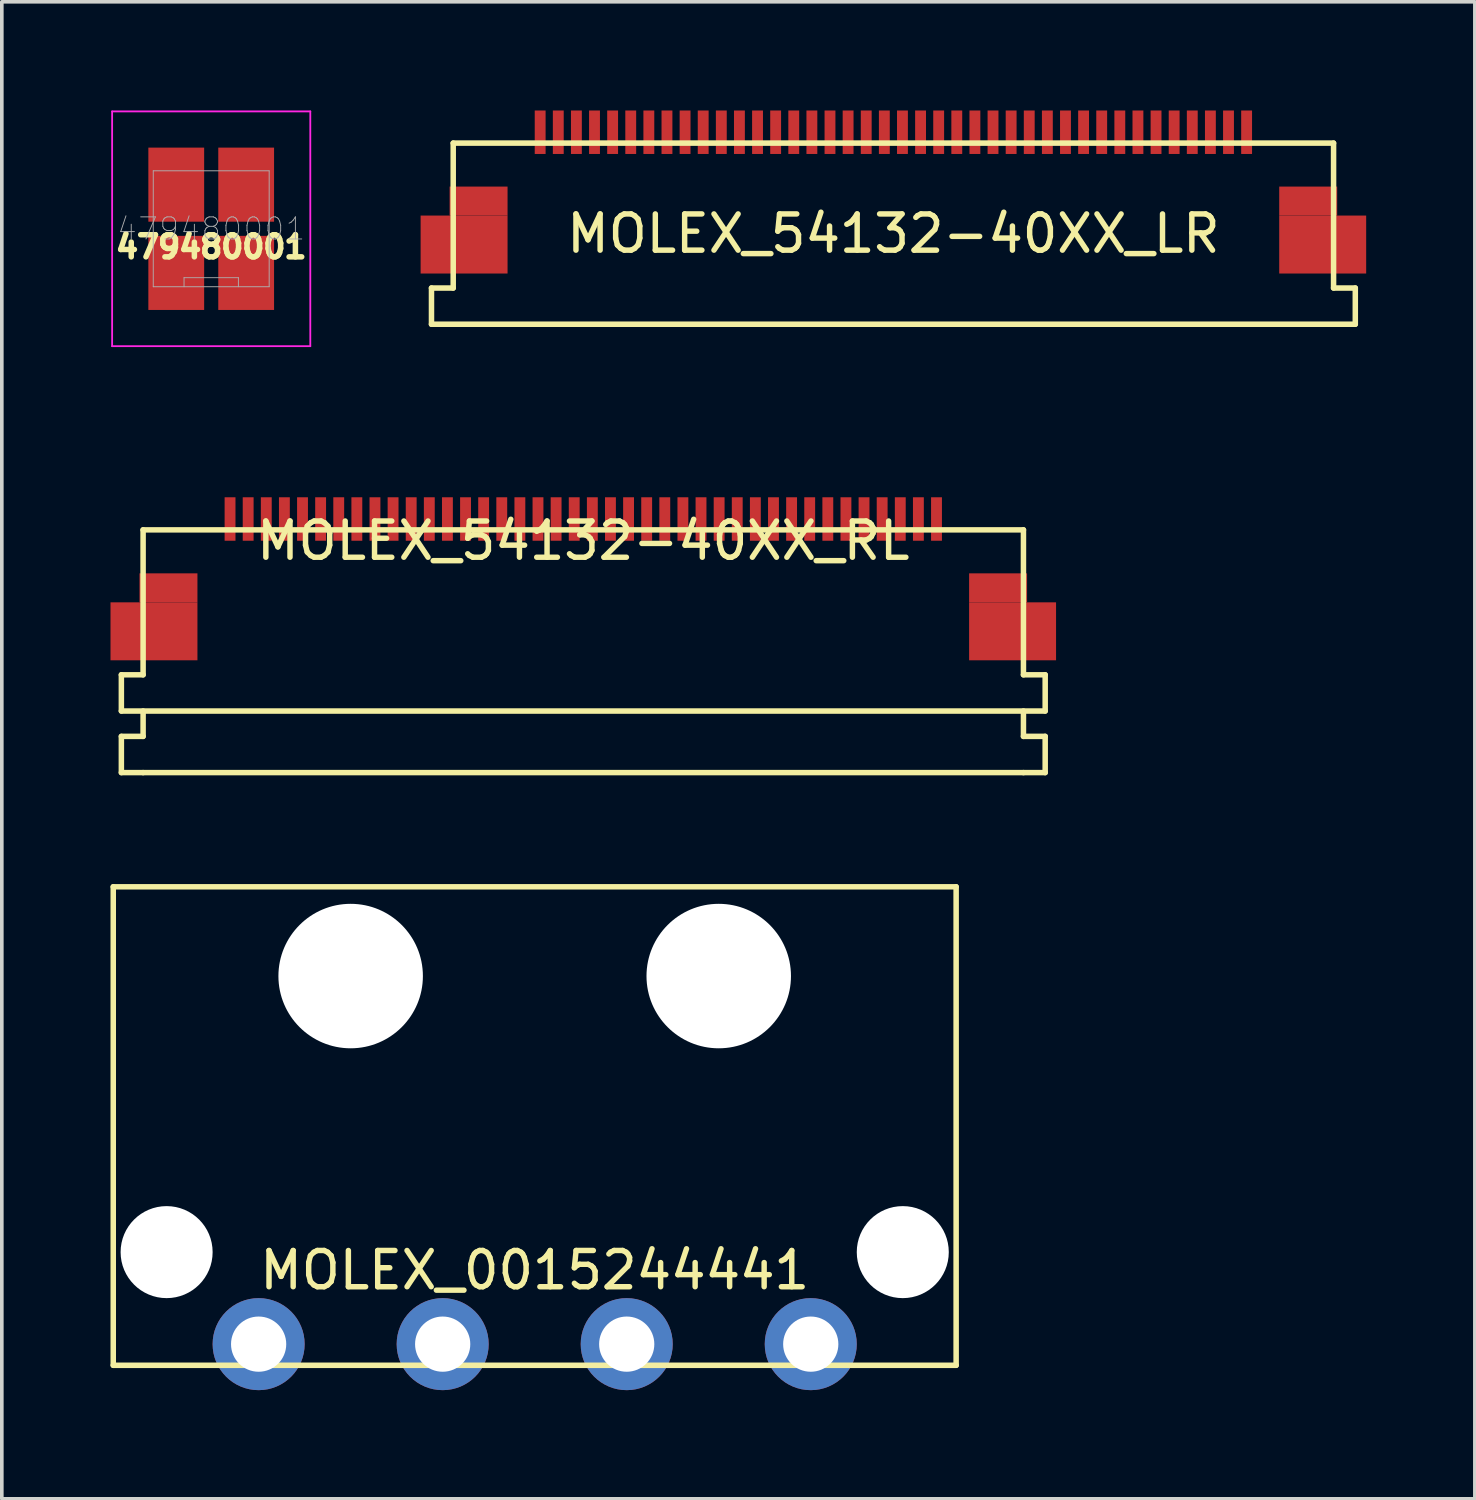
<source format=kicad_pcb>
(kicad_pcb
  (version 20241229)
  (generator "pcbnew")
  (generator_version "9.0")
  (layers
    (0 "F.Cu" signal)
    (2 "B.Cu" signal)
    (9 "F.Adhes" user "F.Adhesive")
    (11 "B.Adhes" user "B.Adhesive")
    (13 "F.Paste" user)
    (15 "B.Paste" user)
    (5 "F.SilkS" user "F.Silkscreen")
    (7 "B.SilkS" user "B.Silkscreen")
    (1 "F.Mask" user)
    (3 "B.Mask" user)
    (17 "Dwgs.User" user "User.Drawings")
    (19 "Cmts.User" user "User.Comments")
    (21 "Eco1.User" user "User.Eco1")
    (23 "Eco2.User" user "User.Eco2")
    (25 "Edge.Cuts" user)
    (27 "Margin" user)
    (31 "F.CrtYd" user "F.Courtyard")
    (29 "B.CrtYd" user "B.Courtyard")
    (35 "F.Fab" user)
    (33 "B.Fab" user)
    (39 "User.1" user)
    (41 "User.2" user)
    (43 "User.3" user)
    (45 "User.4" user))
  (footprint "MOLEX_0015244441"
    (layer "F.Cu")
    (at 11.709 31.512)
    (property "Reference" "MOLEX_0015244441" (at 0 0.5 0) (layer "F.SilkS") (effects (font (size 1 1) (thickness 0.15))))
    (attr through_hole)
    (fp_line (start -11.633 -10.084) (end -11.633 3.124) (stroke (width 0.152) (type solid)) (layer "F.SilkS"))
    (fp_line (start -11.633 -10.084) (end 11.633 -10.084) (stroke (width 0.152) (type solid)) (layer "F.SilkS"))
    (fp_line (start -11.633 3.124) (end 11.633 3.124) (stroke (width 0.152) (type solid)) (layer "F.SilkS"))
    (fp_line (start 11.633 -10.084) (end 11.633 3.124) (stroke (width 0.152) (type solid)) (layer "F.SilkS"))
    (pad "" np_thru_hole circle (at -10.16 0) (size 2.54 2.54) (drill 2.54) (layers "*.Cu" "*.Mask"))
    (pad "" np_thru_hole circle (at -5.08 -7.62) (size 3.988 3.988) (drill 3.988) (layers "*.Cu" "*.Mask"))
    (pad "" np_thru_hole circle (at 5.08 -7.62) (size 3.988 3.988) (drill 3.988) (layers "*.Cu" "*.Mask"))
    (pad "" np_thru_hole circle (at 10.16 0) (size 2.54 2.54) (drill 2.54) (layers "*.Cu" "*.Mask"))
    (pad "1" thru_hole circle (at 7.62 2.54) (size 2.54 2.54) (drill 1.524) (layers "*.Cu" "*.Mask"))
    (pad "2" thru_hole circle (at 2.54 2.54) (size 2.54 2.54) (drill 1.524) (layers "*.Cu" "*.Mask"))
    (pad "3" thru_hole circle (at -2.54 2.54) (size 2.54 2.54) (drill 1.524) (layers "*.Cu" "*.Mask"))
    (pad "4" thru_hole circle (at -7.62 2.54) (size 2.54 2.54) (drill 1.524) (layers "*.Cu" "*.Mask")))
  (footprint "MOLEX_54132-40XX_RL"
    (layer "F.Cu")
    (at 13.05 11.876)
    (property "Reference" "MOLEX_54132-40XX_RL" (at 0 0 0) (layer "F.SilkS") (effects (font (size 1 1) (thickness 0.15))))
    (attr through_hole)
    (fp_line (start -12.75 3.7) (end -12.15 3.7) (stroke (width 0.152) (type solid)) (layer "F.SilkS"))
    (fp_line (start -12.75 4.7) (end -12.75 3.7) (stroke (width 0.152) (type solid)) (layer "F.SilkS"))
    (fp_line (start -12.75 4.7) (end 12.75 4.7) (stroke (width 0.152) (type solid)) (layer "F.SilkS"))
    (fp_line (start -12.75 5.4) (end -12.15 5.4) (stroke (width 0.152) (type solid)) (layer "F.SilkS"))
    (fp_line (start -12.75 6.4) (end -12.75 5.4) (stroke (width 0.152) (type solid)) (layer "F.SilkS"))
    (fp_line (start -12.15 -0.3) (end 12.15 -0.3) (stroke (width 0.152) (type solid)) (layer "F.SilkS"))
    (fp_line (start -12.15 3.7) (end -12.15 -0.3) (stroke (width 0.152) (type solid)) (layer "F.SilkS"))
    (fp_line (start -12.15 5.4) (end -12.15 4.7) (stroke (width 0.152) (type solid)) (layer "F.SilkS"))
    (fp_line (start -12.15 6.4) (end -12.75 6.4) (stroke (width 0.152) (type solid)) (layer "F.SilkS"))
    (fp_line (start 12.15 3.7) (end 12.15 -0.3) (stroke (width 0.152) (type solid)) (layer "F.SilkS"))
    (fp_line (start 12.15 5.4) (end 12.15 4.7) (stroke (width 0.152) (type solid)) (layer "F.SilkS"))
    (fp_line (start 12.15 6.4) (end -12.15 6.4) (stroke (width 0.152) (type solid)) (layer "F.SilkS"))
    (fp_line (start 12.15 6.4) (end 12.75 6.4) (stroke (width 0.152) (type solid)) (layer "F.SilkS"))
    (fp_line (start 12.75 3.7) (end 12.15 3.7) (stroke (width 0.152) (type solid)) (layer "F.SilkS"))
    (fp_line (start 12.75 4.7) (end 12.75 3.7) (stroke (width 0.152) (type solid)) (layer "F.SilkS"))
    (fp_line (start 12.75 5.4) (end 12.15 5.4) (stroke (width 0.152) (type solid)) (layer "F.SilkS"))
    (fp_line (start 12.75 6.4) (end 12.75 5.4) (stroke (width 0.152) (type solid)) (layer "F.SilkS"))
    (pad "1" smd rect (at 9.75 -0.6) (size 0.3 1.2) (layers "F.Cu" "F.Mask" "F.Paste"))
    (pad "2" smd rect (at 9.25 -0.6) (size 0.3 1.2) (layers "F.Cu" "F.Mask" "F.Paste"))
    (pad "3" smd rect (at 8.75 -0.6) (size 0.3 1.2) (layers "F.Cu" "F.Mask" "F.Paste"))
    (pad "4" smd rect (at 8.25 -0.6) (size 0.3 1.2) (layers "F.Cu" "F.Mask" "F.Paste"))
    (pad "5" smd rect (at 7.75 -0.6) (size 0.3 1.2) (layers "F.Cu" "F.Mask" "F.Paste"))
    (pad "6" smd rect (at 7.25 -0.6) (size 0.3 1.2) (layers "F.Cu" "F.Mask" "F.Paste"))
    (pad "7" smd rect (at 6.75 -0.6) (size 0.3 1.2) (layers "F.Cu" "F.Mask" "F.Paste"))
    (pad "8" smd rect (at 6.25 -0.6) (size 0.3 1.2) (layers "F.Cu" "F.Mask" "F.Paste"))
    (pad "9" smd rect (at 5.75 -0.6) (size 0.3 1.2) (layers "F.Cu" "F.Mask" "F.Paste"))
    (pad "10" smd rect (at 5.25 -0.6) (size 0.3 1.2) (layers "F.Cu" "F.Mask" "F.Paste"))
    (pad "11" smd rect (at 4.75 -0.6) (size 0.3 1.2) (layers "F.Cu" "F.Mask" "F.Paste"))
    (pad "12" smd rect (at 4.25 -0.6) (size 0.3 1.2) (layers "F.Cu" "F.Mask" "F.Paste"))
    (pad "13" smd rect (at 3.75 -0.6) (size 0.3 1.2) (layers "F.Cu" "F.Mask" "F.Paste"))
    (pad "14" smd rect (at 3.25 -0.6) (size 0.3 1.2) (layers "F.Cu" "F.Mask" "F.Paste"))
    (pad "15" smd rect (at 2.75 -0.6) (size 0.3 1.2) (layers "F.Cu" "F.Mask" "F.Paste"))
    (pad "16" smd rect (at 2.25 -0.6) (size 0.3 1.2) (layers "F.Cu" "F.Mask" "F.Paste"))
    (pad "17" smd rect (at 1.75 -0.6) (size 0.3 1.2) (layers "F.Cu" "F.Mask" "F.Paste"))
    (pad "18" smd rect (at 1.25 -0.6) (size 0.3 1.2) (layers "F.Cu" "F.Mask" "F.Paste"))
    (pad "19" smd rect (at 0.75 -0.6) (size 0.3 1.2) (layers "F.Cu" "F.Mask" "F.Paste"))
    (pad "20" smd rect (at 0.25 -0.6) (size 0.3 1.2) (layers "F.Cu" "F.Mask" "F.Paste"))
    (pad "21" smd rect (at -0.25 -0.6) (size 0.3 1.2) (layers "F.Cu" "F.Mask" "F.Paste"))
    (pad "22" smd rect (at -0.75 -0.6) (size 0.3 1.2) (layers "F.Cu" "F.Mask" "F.Paste"))
    (pad "23" smd rect (at -1.25 -0.6) (size 0.3 1.2) (layers "F.Cu" "F.Mask" "F.Paste"))
    (pad "24" smd rect (at -1.75 -0.6) (size 0.3 1.2) (layers "F.Cu" "F.Mask" "F.Paste"))
    (pad "25" smd rect (at -2.25 -0.6) (size 0.3 1.2) (layers "F.Cu" "F.Mask" "F.Paste"))
    (pad "26" smd rect (at -2.75 -0.6) (size 0.3 1.2) (layers "F.Cu" "F.Mask" "F.Paste"))
    (pad "27" smd rect (at -3.25 -0.6) (size 0.3 1.2) (layers "F.Cu" "F.Mask" "F.Paste"))
    (pad "28" smd rect (at -3.75 -0.6) (size 0.3 1.2) (layers "F.Cu" "F.Mask" "F.Paste"))
    (pad "29" smd rect (at -4.25 -0.6) (size 0.3 1.2) (layers "F.Cu" "F.Mask" "F.Paste"))
    (pad "30" smd rect (at -4.75 -0.6) (size 0.3 1.2) (layers "F.Cu" "F.Mask" "F.Paste"))
    (pad "31" smd rect (at -5.25 -0.6) (size 0.3 1.2) (layers "F.Cu" "F.Mask" "F.Paste"))
    (pad "32" smd rect (at -5.75 -0.6) (size 0.3 1.2) (layers "F.Cu" "F.Mask" "F.Paste"))
    (pad "33" smd rect (at -6.25 -0.6) (size 0.3 1.2) (layers "F.Cu" "F.Mask" "F.Paste"))
    (pad "34" smd rect (at -6.75 -0.6) (size 0.3 1.2) (layers "F.Cu" "F.Mask" "F.Paste"))
    (pad "35" smd rect (at -7.25 -0.6) (size 0.3 1.2) (layers "F.Cu" "F.Mask" "F.Paste"))
    (pad "36" smd rect (at -7.75 -0.6) (size 0.3 1.2) (layers "F.Cu" "F.Mask" "F.Paste"))
    (pad "37" smd rect (at -8.25 -0.6) (size 0.3 1.2) (layers "F.Cu" "F.Mask" "F.Paste"))
    (pad "38" smd rect (at -8.75 -0.6) (size 0.3 1.2) (layers "F.Cu" "F.Mask" "F.Paste"))
    (pad "39" smd rect (at -9.25 -0.6) (size 0.3 1.2) (layers "F.Cu" "F.Mask" "F.Paste"))
    (pad "40" smd rect (at -9.75 -0.6) (size 0.3 1.2) (layers "F.Cu" "F.Mask" "F.Paste"))
    (pad "SHLD" smd rect (at -11.85 2.5) (size 2.4 1.6) (layers "F.Cu" "F.Mask" "F.Paste"))
    (pad "SHLD" smd rect (at -11.45 1.3) (size 1.6 0.8) (layers "F.Cu" "F.Mask" "F.Paste"))
    (pad "SHLD" smd rect (at 11.45 1.3) (size 1.6 0.8) (layers "F.Cu" "F.Mask" "F.Paste"))
    (pad "SHLD" smd rect (at 11.85 2.5) (size 2.4 1.6) (layers "F.Cu" "F.Mask" "F.Paste")))
  (footprint "479480001"
    (layer "F.Cu")
    (at 2.78 3.265)
    (property "Reference" "479480001" (at 0 0.5 0) (layer "F.SilkS") (effects (font (size 0.61 0.61) (thickness 0.152))))
    (attr through_hole)
    (fp_line (start -2.735 -3.24) (end 2.735 -3.24) (stroke (width 0.05) (type solid)) (layer "F.CrtYd"))
    (fp_line (start -2.735 3.24) (end -2.735 -3.24) (stroke (width 0.05) (type solid)) (layer "F.CrtYd"))
    (fp_line (start 2.735 -3.24) (end 2.735 3.24) (stroke (width 0.05) (type solid)) (layer "F.CrtYd"))
    (fp_line (start 2.735 3.24) (end -2.735 3.24) (stroke (width 0.05) (type solid)) (layer "F.CrtYd"))
    (fp_line (start -1.6 -1.6) (end 1.6 -1.6) (stroke (width 0.025) (type solid)) (layer "F.Fab"))
    (fp_line (start -1.6 1.6) (end -1.6 -1.6) (stroke (width 0.025) (type solid)) (layer "F.Fab"))
    (fp_line (start -0.75 1.35) (end 0.75 1.35) (stroke (width 0.025) (type solid)) (layer "F.Fab"))
    (fp_line (start -0.75 1.6) (end -0.75 1.35) (stroke (width 0.025) (type solid)) (layer "F.Fab"))
    (fp_line (start 0.75 1.35) (end 0.75 1.6) (stroke (width 0.025) (type solid)) (layer "F.Fab"))
    (fp_line (start 1.6 -1.6) (end 1.6 1.6) (stroke (width 0.025) (type solid)) (layer "F.Fab"))
    (fp_line (start 1.6 1.6) (end -1.6 1.6) (stroke (width 0.025) (type solid)) (layer "F.Fab"))
    (fp_text user "${REFERENCE}" (at 0 0 0) (layer "F.Fab") (effects (font (size 0.61 0.61) (thickness 0.025))))
    (pad "" smd rect (at -0.965 -1.218) (size 1.54 2.045) (layers "F.Cu" "F.Mask" "F.Paste"))
    (pad "" smd rect (at -0.965 1.218) (size 1.54 2.045) (layers "F.Cu" "F.Mask" "F.Paste"))
    (pad "" smd rect (at 0.965 1.218) (size 1.54 2.045) (layers "F.Cu" "F.Mask" "F.Paste"))
    (pad "1" smd rect (at 0.965 -1.218) (size 1.54 2.045) (layers "F.Cu" "F.Mask" "F.Paste")))
  (footprint "MOLEX_54132-40XX_LR"
    (layer "F.Cu")
    (at 21.61 3.4)
    (property "Reference" "MOLEX_54132-40XX_LR" (at 0 0 0) (layer "F.SilkS") (effects (font (size 1 1) (thickness 0.15))))
    (attr through_hole)
    (fp_line (start -12.75 1.5) (end -12.15 1.5) (stroke (width 0.152) (type solid)) (layer "F.SilkS"))
    (fp_line (start -12.75 2.5) (end -12.75 1.5) (stroke (width 0.152) (type solid)) (layer "F.SilkS"))
    (fp_line (start -12.75 2.5) (end 12.75 2.5) (stroke (width 0.152) (type solid)) (layer "F.SilkS"))
    (fp_line (start -12.15 -2.5) (end 12.15 -2.5) (stroke (width 0.152) (type solid)) (layer "F.SilkS"))
    (fp_line (start -12.15 1.5) (end -12.15 -2.5) (stroke (width 0.152) (type solid)) (layer "F.SilkS"))
    (fp_line (start 12.15 1.5) (end 12.15 -2.5) (stroke (width 0.152) (type solid)) (layer "F.SilkS"))
    (fp_line (start 12.75 1.5) (end 12.15 1.5) (stroke (width 0.152) (type solid)) (layer "F.SilkS"))
    (fp_line (start 12.75 2.5) (end 12.75 1.5) (stroke (width 0.152) (type solid)) (layer "F.SilkS"))
    (fp_line (start -12.75 3.2) (end -12.15 3.2) (stroke (width 0.152) (type solid)) (layer "Eco1.User"))
    (fp_line (start -12.75 4.2) (end -12.75 3.2) (stroke (width 0.152) (type solid)) (layer "Eco1.User"))
    (fp_line (start -12.15 3.2) (end -12.15 2.5) (stroke (width 0.152) (type solid)) (layer "Eco1.User"))
    (fp_line (start -12.15 4.2) (end -12.75 4.2) (stroke (width 0.152) (type solid)) (layer "Eco1.User"))
    (fp_line (start -10.25 -1.1) (end -10.25 2.5) (stroke (width 0.152) (type solid)) (layer "Eco1.User"))
    (fp_line (start -10.25 -1.1) (end 10.25 -1.1) (stroke (width 0.152) (type solid)) (layer "Eco1.User"))
    (fp_line (start 10.25 2.5) (end 10.25 -1.1) (stroke (width 0.152) (type solid)) (layer "Eco1.User"))
    (fp_line (start 12.15 3.2) (end 12.15 2.5) (stroke (width 0.152) (type solid)) (layer "Eco1.User"))
    (fp_line (start 12.15 4.2) (end -12.15 4.2) (stroke (width 0.152) (type solid)) (layer "Eco1.User"))
    (fp_line (start 12.15 4.2) (end 12.75 4.2) (stroke (width 0.152) (type solid)) (layer "Eco1.User"))
    (fp_line (start 12.75 3.2) (end 12.15 3.2) (stroke (width 0.152) (type solid)) (layer "Eco1.User"))
    (fp_line (start 12.75 4.2) (end 12.75 3.2) (stroke (width 0.152) (type solid)) (layer "Eco1.User"))
    (pad "1" smd rect (at -9.75 -2.8) (size 0.3 1.2) (layers "F.Cu" "F.Mask" "F.Paste"))
    (pad "2" smd rect (at -9.25 -2.8) (size 0.3 1.2) (layers "F.Cu" "F.Mask" "F.Paste"))
    (pad "3" smd rect (at -8.75 -2.8) (size 0.3 1.2) (layers "F.Cu" "F.Mask" "F.Paste"))
    (pad "4" smd rect (at -8.25 -2.8) (size 0.3 1.2) (layers "F.Cu" "F.Mask" "F.Paste"))
    (pad "5" smd rect (at -7.75 -2.8) (size 0.3 1.2) (layers "F.Cu" "F.Mask" "F.Paste"))
    (pad "6" smd rect (at -7.25 -2.8) (size 0.3 1.2) (layers "F.Cu" "F.Mask" "F.Paste"))
    (pad "7" smd rect (at -6.75 -2.8) (size 0.3 1.2) (layers "F.Cu" "F.Mask" "F.Paste"))
    (pad "8" smd rect (at -6.25 -2.8) (size 0.3 1.2) (layers "F.Cu" "F.Mask" "F.Paste"))
    (pad "9" smd rect (at -5.75 -2.8) (size 0.3 1.2) (layers "F.Cu" "F.Mask" "F.Paste"))
    (pad "10" smd rect (at -5.25 -2.8) (size 0.3 1.2) (layers "F.Cu" "F.Mask" "F.Paste"))
    (pad "11" smd rect (at -4.75 -2.8) (size 0.3 1.2) (layers "F.Cu" "F.Mask" "F.Paste"))
    (pad "12" smd rect (at -4.25 -2.8) (size 0.3 1.2) (layers "F.Cu" "F.Mask" "F.Paste"))
    (pad "13" smd rect (at -3.75 -2.8) (size 0.3 1.2) (layers "F.Cu" "F.Mask" "F.Paste"))
    (pad "14" smd rect (at -3.25 -2.8) (size 0.3 1.2) (layers "F.Cu" "F.Mask" "F.Paste"))
    (pad "15" smd rect (at -2.75 -2.8) (size 0.3 1.2) (layers "F.Cu" "F.Mask" "F.Paste"))
    (pad "16" smd rect (at -2.25 -2.8) (size 0.3 1.2) (layers "F.Cu" "F.Mask" "F.Paste"))
    (pad "17" smd rect (at -1.75 -2.8) (size 0.3 1.2) (layers "F.Cu" "F.Mask" "F.Paste"))
    (pad "18" smd rect (at -1.25 -2.8) (size 0.3 1.2) (layers "F.Cu" "F.Mask" "F.Paste"))
    (pad "19" smd rect (at -0.75 -2.8) (size 0.3 1.2) (layers "F.Cu" "F.Mask" "F.Paste"))
    (pad "20" smd rect (at -0.25 -2.8) (size 0.3 1.2) (layers "F.Cu" "F.Mask" "F.Paste"))
    (pad "21" smd rect (at 0.25 -2.8) (size 0.3 1.2) (layers "F.Cu" "F.Mask" "F.Paste"))
    (pad "22" smd rect (at 0.75 -2.8) (size 0.3 1.2) (layers "F.Cu" "F.Mask" "F.Paste"))
    (pad "23" smd rect (at 1.25 -2.8) (size 0.3 1.2) (layers "F.Cu" "F.Mask" "F.Paste"))
    (pad "24" smd rect (at 1.75 -2.8) (size 0.3 1.2) (layers "F.Cu" "F.Mask" "F.Paste"))
    (pad "25" smd rect (at 2.25 -2.8) (size 0.3 1.2) (layers "F.Cu" "F.Mask" "F.Paste"))
    (pad "26" smd rect (at 2.75 -2.8) (size 0.3 1.2) (layers "F.Cu" "F.Mask" "F.Paste"))
    (pad "27" smd rect (at 3.25 -2.8) (size 0.3 1.2) (layers "F.Cu" "F.Mask" "F.Paste"))
    (pad "28" smd rect (at 3.75 -2.8) (size 0.3 1.2) (layers "F.Cu" "F.Mask" "F.Paste"))
    (pad "29" smd rect (at 4.25 -2.8) (size 0.3 1.2) (layers "F.Cu" "F.Mask" "F.Paste"))
    (pad "30" smd rect (at 4.75 -2.8) (size 0.3 1.2) (layers "F.Cu" "F.Mask" "F.Paste"))
    (pad "31" smd rect (at 5.25 -2.8) (size 0.3 1.2) (layers "F.Cu" "F.Mask" "F.Paste"))
    (pad "32" smd rect (at 5.75 -2.8) (size 0.3 1.2) (layers "F.Cu" "F.Mask" "F.Paste"))
    (pad "33" smd rect (at 6.25 -2.8) (size 0.3 1.2) (layers "F.Cu" "F.Mask" "F.Paste"))
    (pad "34" smd rect (at 6.75 -2.8) (size 0.3 1.2) (layers "F.Cu" "F.Mask" "F.Paste"))
    (pad "35" smd rect (at 7.25 -2.8) (size 0.3 1.2) (layers "F.Cu" "F.Mask" "F.Paste"))
    (pad "36" smd rect (at 7.75 -2.8) (size 0.3 1.2) (layers "F.Cu" "F.Mask" "F.Paste"))
    (pad "37" smd rect (at 8.25 -2.8) (size 0.3 1.2) (layers "F.Cu" "F.Mask" "F.Paste"))
    (pad "38" smd rect (at 8.75 -2.8) (size 0.3 1.2) (layers "F.Cu" "F.Mask" "F.Paste"))
    (pad "39" smd rect (at 9.25 -2.8) (size 0.3 1.2) (layers "F.Cu" "F.Mask" "F.Paste"))
    (pad "40" smd rect (at 9.75 -2.8) (size 0.3 1.2) (layers "F.Cu" "F.Mask" "F.Paste"))
    (pad "SHLD" smd rect (at -11.85 0.3) (size 2.4 1.6) (layers "F.Cu" "F.Mask" "F.Paste"))
    (pad "SHLD" smd rect (at -11.45 -0.9) (size 1.6 0.8) (layers "F.Cu" "F.Mask" "F.Paste"))
    (pad "SHLD" smd rect (at 11.45 -0.9) (size 1.6 0.8) (layers "F.Cu" "F.Mask" "F.Paste"))
    (pad "SHLD" smd rect (at 11.85 0.3) (size 2.4 1.6) (layers "F.Cu" "F.Mask" "F.Paste")))
  (gr_rect
    (start -3 -3)
    (end 37.66 38.322)
    (stroke (width 0.1) (type default))
    (fill no)
    (layer "Edge.Cuts")))
</source>
